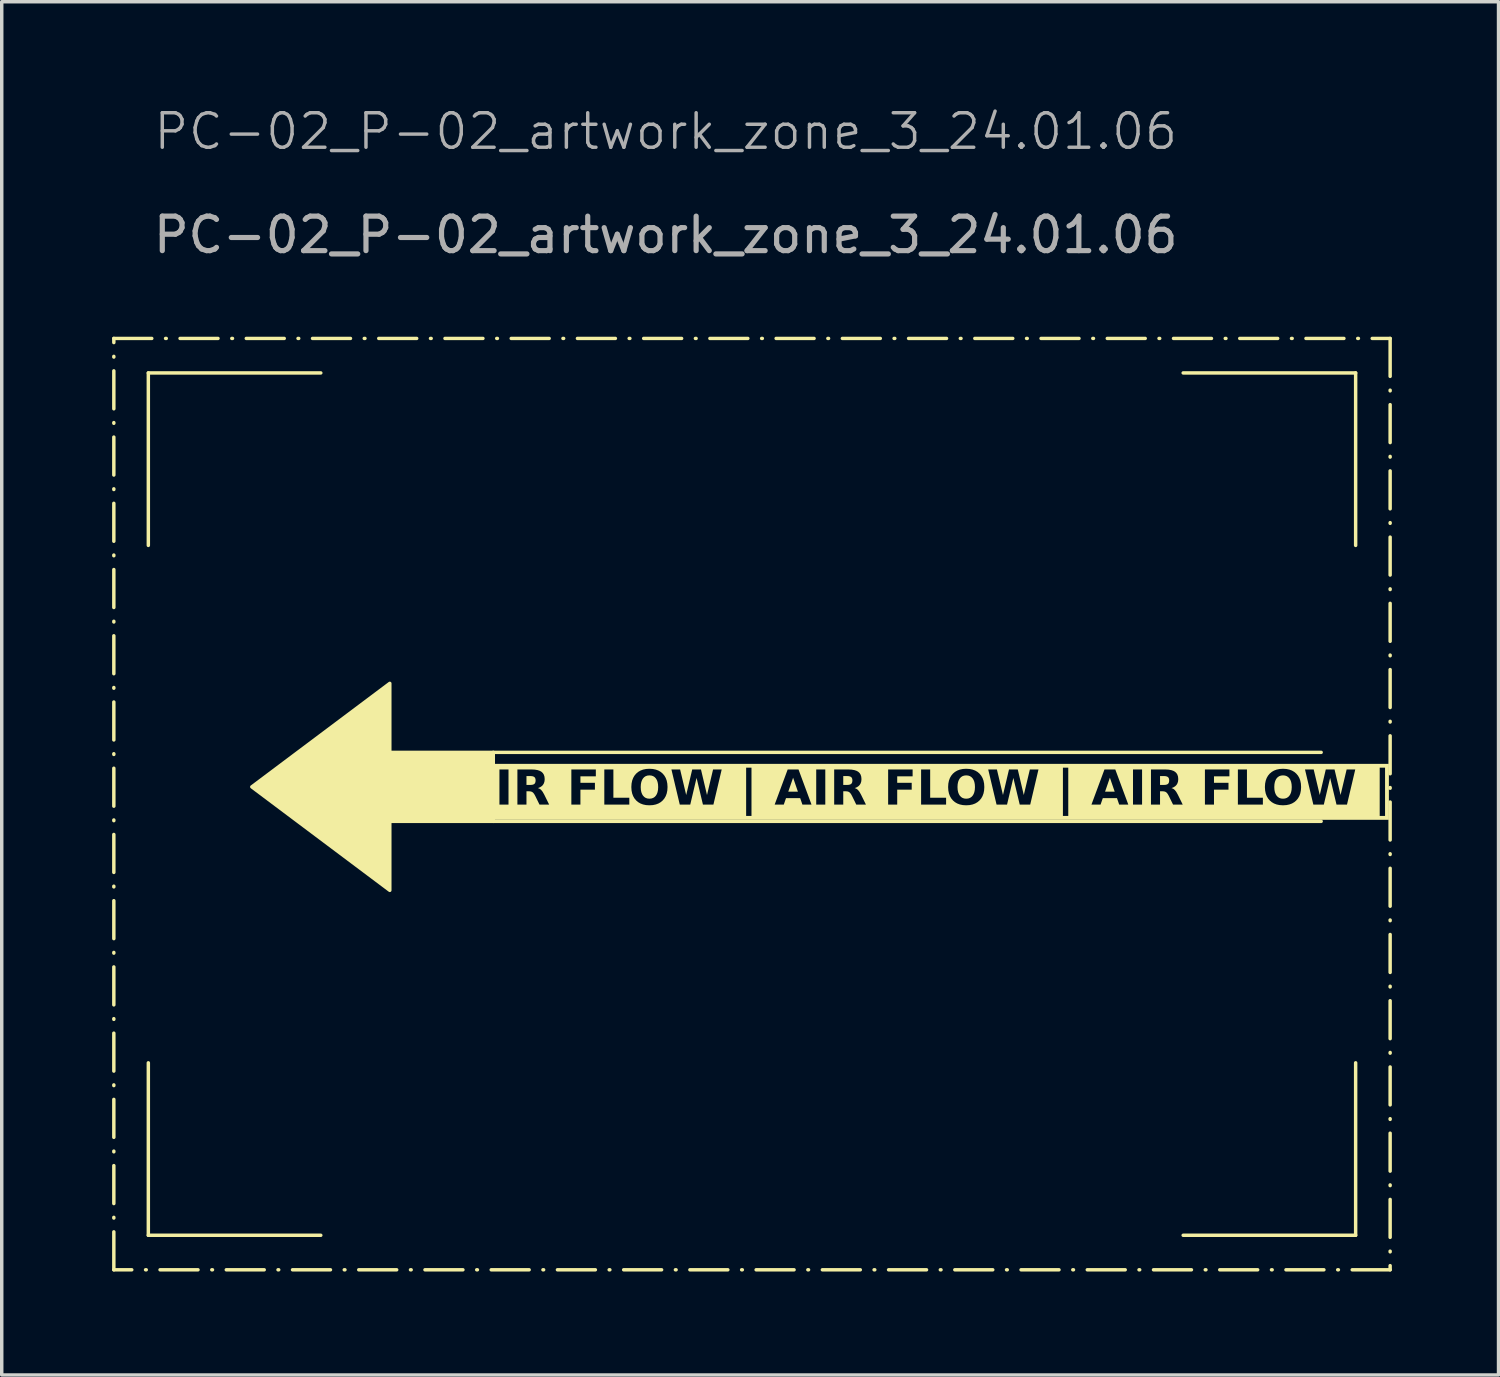
<source format=kicad_pcb>
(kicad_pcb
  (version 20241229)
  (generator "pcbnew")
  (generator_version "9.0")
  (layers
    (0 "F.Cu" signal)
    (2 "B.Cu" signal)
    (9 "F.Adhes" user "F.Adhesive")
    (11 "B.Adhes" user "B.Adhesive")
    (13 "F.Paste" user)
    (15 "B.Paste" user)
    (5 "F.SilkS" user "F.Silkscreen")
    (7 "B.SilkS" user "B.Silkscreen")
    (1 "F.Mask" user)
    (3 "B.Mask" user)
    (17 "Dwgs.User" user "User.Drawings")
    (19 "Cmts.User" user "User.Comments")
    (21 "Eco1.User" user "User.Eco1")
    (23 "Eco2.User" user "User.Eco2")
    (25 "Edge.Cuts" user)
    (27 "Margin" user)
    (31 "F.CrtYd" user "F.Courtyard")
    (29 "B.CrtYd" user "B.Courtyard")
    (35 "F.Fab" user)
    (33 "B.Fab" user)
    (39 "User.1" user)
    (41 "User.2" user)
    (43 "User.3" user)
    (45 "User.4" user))
  (footprint "PC-02_P-02_artwork_zone_3_24.01.06"
    (layer "F.Cu")
    (at 0.25 6.761)
    (property "Reference" "PC-02_P-02_artwork_zone_3_24.01.06" (at 16 -6 0) (unlocked yes) (layer "F.Fab") (effects (font (size 1 1) (thickness 0.1))))
    (attr smd)
    (fp_line (start 1 1) (end 1 6) (stroke (width 0.1) (type default)) (layer "F.SilkS"))
    (fp_line (start 1 1) (end 6 1) (stroke (width 0.1) (type default)) (layer "F.SilkS"))
    (fp_line (start 1 26) (end 1 21) (stroke (width 0.1) (type default)) (layer "F.SilkS"))
    (fp_line (start 1 26) (end 6 26) (stroke (width 0.1) (type default)) (layer "F.SilkS"))
    (fp_line (start 11 12) (end 35 12) (stroke (width 0.1) (type default)) (layer "F.SilkS"))
    (fp_line (start 35 14) (end 11 14) (stroke (width 0.1) (type default)) (layer "F.SilkS"))
    (fp_line (start 36 1) (end 31 1) (stroke (width 0.1) (type default)) (layer "F.SilkS"))
    (fp_line (start 36 1) (end 36 6) (stroke (width 0.1) (type default)) (layer "F.SilkS"))
    (fp_line (start 36 26) (end 31 26) (stroke (width 0.1) (type default)) (layer "F.SilkS"))
    (fp_line (start 36 26) (end 36 21) (stroke (width 0.1) (type default)) (layer "F.SilkS"))
    (fp_rect (start 0 0) (end 37 27) (stroke (width 0.1) (type dash_dot)) (fill no) (layer "F.SilkS"))
    (fp_poly (pts (xy 11 12) (xy 8 12) (xy 8 10) (xy 4 13) (xy 8 16) (xy 8 14) (xy 11 14)) (stroke (width 0.1) (type solid)) (fill yes) (layer "F.SilkS"))
    (fp_text user "| AIR FLOW | AIR FLOW | AIR FLOW |" (at 23 13.1 0) (unlocked yes) (layer "F.SilkS" knockout) (effects (font (face "Bahnschrift") (size 1 1) (thickness 0.2) (bold yes))))
    (fp_text user "${REFERENCE}" (at 16 -3 0) (unlocked yes) (layer "F.Fab") (effects (font (size 1 1) (thickness 0.15)))))
  (gr_rect
    (start -3 -3)
    (end 40.392 36.81)
    (stroke (width 0.1) (type default))
    (fill no)
    (layer "Edge.Cuts")))
</source>
